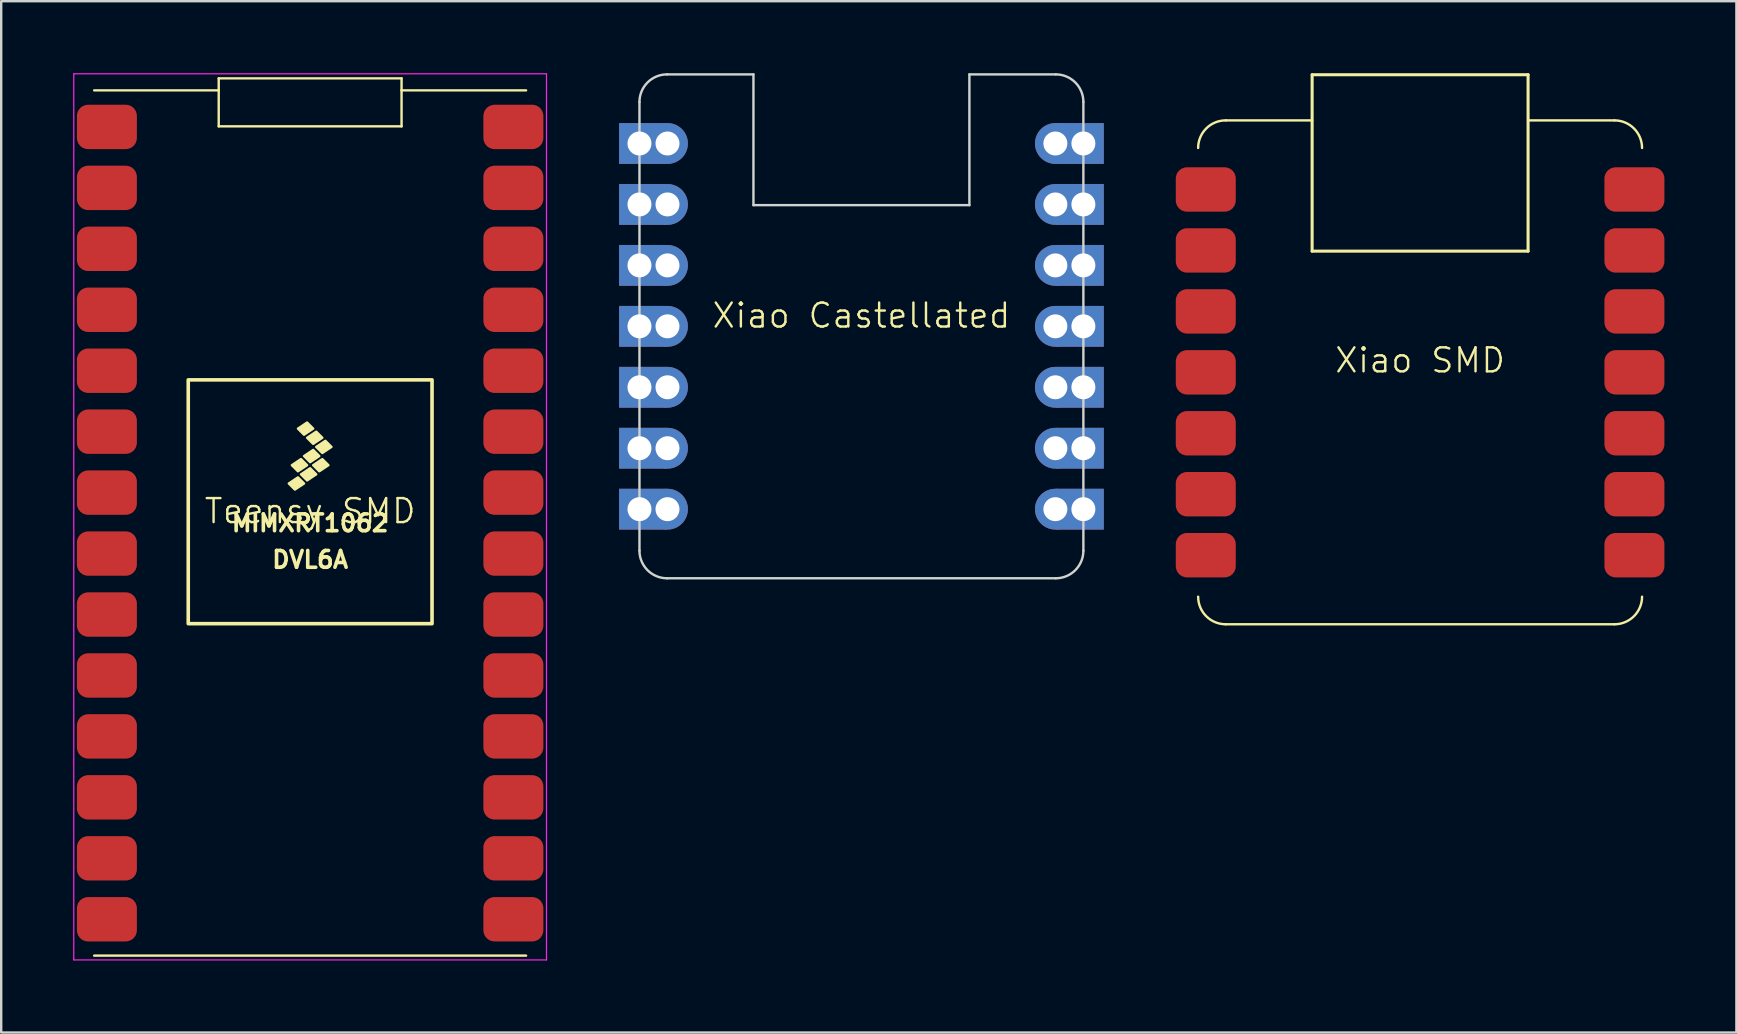
<source format=kicad_pcb>
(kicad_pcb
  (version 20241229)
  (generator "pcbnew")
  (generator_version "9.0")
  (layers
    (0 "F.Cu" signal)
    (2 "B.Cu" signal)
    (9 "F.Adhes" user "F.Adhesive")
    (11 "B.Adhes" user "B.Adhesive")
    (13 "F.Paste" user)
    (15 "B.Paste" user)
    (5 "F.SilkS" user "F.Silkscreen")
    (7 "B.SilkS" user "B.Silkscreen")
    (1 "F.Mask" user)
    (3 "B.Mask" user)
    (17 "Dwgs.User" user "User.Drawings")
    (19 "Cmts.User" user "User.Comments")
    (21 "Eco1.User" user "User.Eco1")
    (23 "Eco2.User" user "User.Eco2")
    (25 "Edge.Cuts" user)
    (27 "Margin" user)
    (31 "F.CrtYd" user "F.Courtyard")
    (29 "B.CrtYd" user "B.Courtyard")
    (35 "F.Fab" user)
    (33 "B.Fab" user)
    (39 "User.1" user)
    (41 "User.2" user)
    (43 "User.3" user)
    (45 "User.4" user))
  (footprint "Xiao SMD"
    (layer "F.Cu")
    (at 56.133 12.467)
    (property "Reference" "Xiao SMD" (at 0 -0.5 0) (unlocked yes) (layer "F.SilkS") (effects (font (size 1 1) (thickness 0.1))))
    (attr smd)
    (fp_line (start -4.5 -10.5) (end -8.1 -10.5) (stroke (width 0.1) (type default)) (layer "F.SilkS"))
    (fp_line (start -4.5 -5.05) (end -4.5 -12.403) (stroke (width 0.127) (type solid)) (layer "F.SilkS"))
    (fp_line (start -4.495 -12.403) (end 4.5 -12.403) (stroke (width 0.127) (type solid)) (layer "F.SilkS"))
    (fp_line (start 4.5 -12.403) (end 4.5 -5.05) (stroke (width 0.127) (type solid)) (layer "F.SilkS"))
    (fp_line (start 4.5 -5.05) (end -4.5 -5.05) (stroke (width 0.127) (type solid)) (layer "F.SilkS"))
    (fp_line (start 8.1 -10.5) (end 4.5 -10.5) (stroke (width 0.1) (type default)) (layer "F.SilkS"))
    (fp_line (start 8.1 10.5) (end -8.1 10.5) (stroke (width 0.1) (type default)) (layer "F.SilkS"))
    (fp_arc (start -9.25 -9.35) (mid -8.913173 -10.163172) (end -8.1 -10.5) (stroke (width 0.1) (type default)) (layer "F.SilkS"))
    (fp_arc (start -8.1 10.5) (mid -8.913172 10.163173) (end -9.25 9.35) (stroke (width 0.1) (type default)) (layer "F.SilkS"))
    (fp_arc (start 8.099999 -10.499999) (mid 8.913171 -10.163171) (end 9.249999 -9.349999) (stroke (width 0.1) (type default)) (layer "F.SilkS"))
    (fp_arc (start 9.249999 9.349999) (mid 8.913172 10.163171) (end 8.099999 10.499999) (stroke (width 0.1) (type default)) (layer "F.SilkS"))
    (pad "1" smd roundrect (at -8.932 -7.62) (size 2.5 1.85) (layers "F.Cu" "F.Mask" "F.Paste") (roundrect_rratio 0.25))
    (pad "2" smd roundrect (at -8.932 -5.08) (size 2.5 1.85) (layers "F.Cu" "F.Mask" "F.Paste") (roundrect_rratio 0.25))
    (pad "3" smd roundrect (at -8.932 -2.54) (size 2.5 1.85) (layers "F.Cu" "F.Mask" "F.Paste") (roundrect_rratio 0.25))
    (pad "4" smd roundrect (at -8.932 0) (size 2.5 1.85) (layers "F.Cu" "F.Mask" "F.Paste") (roundrect_rratio 0.25))
    (pad "5" smd roundrect (at -8.932 2.54) (size 2.5 1.85) (layers "F.Cu" "F.Mask" "F.Paste") (roundrect_rratio 0.25))
    (pad "6" smd roundrect (at -8.932 5.08) (size 2.5 1.85) (layers "F.Cu" "F.Mask" "F.Paste") (roundrect_rratio 0.25))
    (pad "7" smd roundrect (at -8.932 7.62) (size 2.5 1.85) (layers "F.Cu" "F.Mask" "F.Paste") (roundrect_rratio 0.25))
    (pad "8" smd roundrect (at 8.932 7.62 180) (size 2.5 1.85) (layers "F.Cu" "F.Mask" "F.Paste") (roundrect_rratio 0.25))
    (pad "9" smd roundrect (at 8.932 5.08 180) (size 2.5 1.85) (layers "F.Cu" "F.Mask" "F.Paste") (roundrect_rratio 0.25))
    (pad "10" smd roundrect (at 8.932 2.54 180) (size 2.5 1.85) (layers "F.Cu" "F.Mask" "F.Paste") (roundrect_rratio 0.25))
    (pad "11" smd roundrect (at 8.932 0 180) (size 2.5 1.85) (layers "F.Cu" "F.Mask" "F.Paste") (roundrect_rratio 0.25))
    (pad "12" smd roundrect (at 8.932 -2.54 180) (size 2.5 1.85) (layers "F.Cu" "F.Mask" "F.Paste") (roundrect_rratio 0.25))
    (pad "13" smd roundrect (at 8.932 -5.08 180) (size 2.5 1.85) (layers "F.Cu" "F.Mask" "F.Paste") (roundrect_rratio 0.25))
    (pad "14" smd roundrect (at 8.932 -7.62 180) (size 2.5 1.85) (layers "F.Cu" "F.Mask" "F.Paste") (roundrect_rratio 0.25)))
  (footprint "Teensy SMD"
    (layer "F.Cu")
    (at 9.875 18.75)
    (property "Reference" "Teensy SMD" (at 0 -0.5 0) (unlocked yes) (layer "F.SilkS") (effects (font (size 1 1) (thickness 0.1))))
    (attr smd)
    (fp_line (start -3.81 -18.034) (end -9 -18.034) (stroke (width 0.1) (type default)) (layer "F.SilkS"))
    (fp_line (start -3.81 -18.034) (end -3.81 -18.534) (stroke (width 0.1) (type default)) (layer "F.SilkS"))
    (fp_line (start -3.81 -18.034) (end -3.81 -16.534) (stroke (width 0.1) (type default)) (layer "F.SilkS"))
    (fp_line (start 3.81 -18.534) (end -3.81 -18.534) (stroke (width 0.1) (type default)) (layer "F.SilkS"))
    (fp_line (start 3.81 -18.034) (end 3.81 -18.534) (stroke (width 0.1) (type default)) (layer "F.SilkS"))
    (fp_line (start 3.81 -18.034) (end 3.81 -16.534) (stroke (width 0.1) (type default)) (layer "F.SilkS"))
    (fp_line (start 3.81 -16.534) (end -3.81 -16.534) (stroke (width 0.1) (type default)) (layer "F.SilkS"))
    (fp_line (start 9 -18.034) (end 3.81 -18.034) (stroke (width 0.1) (type default)) (layer "F.SilkS"))
    (fp_line (start 9 18.026) (end -9 18.026) (stroke (width 0.1) (type default)) (layer "F.SilkS"))
    (fp_rect (start 5.08 -5.969) (end -5.08 4.191) (stroke (width 0.15) (type solid)) (fill no) (layer "F.SilkS"))
    (fp_poly (pts (xy -0.508 -1.905) (xy -0.254 -1.651) (xy -0.635 -1.397) (xy -0.889 -1.651)) (stroke (width 0.1) (type solid)) (fill yes) (layer "F.SilkS"))
    (fp_poly (pts (xy -0.381 -2.667) (xy -0.127 -2.413) (xy -0.508 -2.159) (xy -0.762 -2.413)) (stroke (width 0.1) (type solid)) (fill yes) (layer "F.SilkS"))
    (fp_poly (pts (xy -0.127 -4.191) (xy 0.127 -3.937) (xy -0.254 -3.683) (xy -0.508 -3.937)) (stroke (width 0.1) (type solid)) (fill yes) (layer "F.SilkS"))
    (fp_poly (pts (xy 0 -2.286) (xy 0.254 -2.032) (xy -0.127 -1.778) (xy -0.381 -2.032)) (stroke (width 0.1) (type solid)) (fill yes) (layer "F.SilkS"))
    (fp_poly (pts (xy 0.127 -3.048) (xy 0.381 -2.794) (xy 0 -2.54) (xy -0.254 -2.794)) (stroke (width 0.1) (type solid)) (fill yes) (layer "F.SilkS"))
    (fp_poly (pts (xy 0.254 -3.81) (xy 0.508 -3.556) (xy 0.127 -3.302) (xy -0.127 -3.556)) (stroke (width 0.1) (type solid)) (fill yes) (layer "F.SilkS"))
    (fp_poly (pts (xy 0.508 -2.667) (xy 0.762 -2.413) (xy 0.381 -2.159) (xy 0.127 -2.413)) (stroke (width 0.1) (type solid)) (fill yes) (layer "F.SilkS"))
    (fp_poly (pts (xy 0.635 -3.429) (xy 0.889 -3.175) (xy 0.508 -2.921) (xy 0.254 -3.175)) (stroke (width 0.1) (type solid)) (fill yes) (layer "F.SilkS"))
    (fp_line (start -9.85 -18.725) (end 9.85 -18.725) (stroke (width 0.05) (type solid)) (layer "F.CrtYd"))
    (fp_line (start -9.85 18.205) (end -9.85 -18.725) (stroke (width 0.05) (type solid)) (layer "F.CrtYd"))
    (fp_line (start 9.85 18.205) (end -9.85 18.205) (stroke (width 0.05) (type solid)) (layer "F.CrtYd"))
    (fp_line (start 9.85 18.205) (end 9.85 -18.725) (stroke (width 0.05) (type solid)) (layer "F.CrtYd"))
    (fp_text user "MIMXRT1062" (at 0 0 0) (layer "F.SilkS") (effects (font (size 0.7 0.7) (thickness 0.15))))
    (fp_text user "DVL6A" (at 0 1.524 0) (layer "F.SilkS") (effects (font (size 0.7 0.7) (thickness 0.15))))
    (pad "0" smd roundrect (at -8.47 -13.97) (size 2.5 1.85) (layers "F.Cu" "F.Mask" "F.Paste") (roundrect_rratio 0.25))
    (pad "1" smd roundrect (at -8.47 -11.43) (size 2.5 1.85) (layers "F.Cu" "F.Mask" "F.Paste") (roundrect_rratio 0.25))
    (pad "2" smd roundrect (at -8.47 -8.89) (size 2.5 1.85) (layers "F.Cu" "F.Mask" "F.Paste") (roundrect_rratio 0.25))
    (pad "3" smd roundrect (at -8.47 -6.35) (size 2.5 1.85) (layers "F.Cu" "F.Mask" "F.Paste") (roundrect_rratio 0.25))
    (pad "3.3V_2" smd roundrect (at 8.47 -11.43 180) (size 2.5 1.85) (layers "F.Cu" "F.Mask" "F.Paste") (roundrect_rratio 0.25))
    (pad "4" smd roundrect (at -8.47 -3.81) (size 2.5 1.85) (layers "F.Cu" "F.Mask" "F.Paste") (roundrect_rratio 0.25))
    (pad "5" smd roundrect (at -8.47 -1.27) (size 2.5 1.85) (layers "F.Cu" "F.Mask" "F.Paste") (roundrect_rratio 0.25))
    (pad "6" smd roundrect (at -8.47 1.27) (size 2.5 1.85) (layers "F.Cu" "F.Mask" "F.Paste") (roundrect_rratio 0.25))
    (pad "7" smd roundrect (at -8.47 3.81) (size 2.5 1.85) (layers "F.Cu" "F.Mask" "F.Paste") (roundrect_rratio 0.25))
    (pad "8" smd roundrect (at -8.47 6.35) (size 2.5 1.85) (layers "F.Cu" "F.Mask" "F.Paste") (roundrect_rratio 0.25))
    (pad "9" smd roundrect (at -8.47 8.89) (size 2.5 1.85) (layers "F.Cu" "F.Mask" "F.Paste") (roundrect_rratio 0.25))
    (pad "10" smd roundrect (at -8.47 11.43) (size 2.5 1.85) (layers "F.Cu" "F.Mask" "F.Paste") (roundrect_rratio 0.25))
    (pad "11" smd roundrect (at -8.47 13.97) (size 2.5 1.85) (layers "F.Cu" "F.Mask" "F.Paste") (roundrect_rratio 0.25))
    (pad "12" smd roundrect (at -8.47 16.51) (size 2.5 1.85) (layers "F.Cu" "F.Mask" "F.Paste") (roundrect_rratio 0.25))
    (pad "13" smd roundrect (at 8.47 16.51 180) (size 2.5 1.85) (layers "F.Cu" "F.Mask" "F.Paste") (roundrect_rratio 0.25))
    (pad "14" smd roundrect (at 8.47 13.97 180) (size 2.5 1.85) (layers "F.Cu" "F.Mask" "F.Paste") (roundrect_rratio 0.25))
    (pad "15" smd roundrect (at 8.47 11.43 180) (size 2.5 1.85) (layers "F.Cu" "F.Mask" "F.Paste") (roundrect_rratio 0.25))
    (pad "16" smd roundrect (at 8.47 8.89 180) (size 2.5 1.85) (layers "F.Cu" "F.Mask" "F.Paste") (roundrect_rratio 0.25))
    (pad "17" smd roundrect (at 8.47 6.35 180) (size 2.5 1.85) (layers "F.Cu" "F.Mask" "F.Paste") (roundrect_rratio 0.25))
    (pad "18" smd roundrect (at 8.47 3.81 180) (size 2.5 1.85) (layers "F.Cu" "F.Mask" "F.Paste") (roundrect_rratio 0.25))
    (pad "19" smd roundrect (at 8.47 1.27 180) (size 2.5 1.85) (layers "F.Cu" "F.Mask" "F.Paste") (roundrect_rratio 0.25))
    (pad "20" smd roundrect (at 8.47 -1.27 180) (size 2.5 1.85) (layers "F.Cu" "F.Mask" "F.Paste") (roundrect_rratio 0.25))
    (pad "21" smd roundrect (at 8.47 -3.81 180) (size 2.5 1.85) (layers "F.Cu" "F.Mask" "F.Paste") (roundrect_rratio 0.25))
    (pad "22" smd roundrect (at 8.47 -6.35 180) (size 2.5 1.85) (layers "F.Cu" "F.Mask" "F.Paste") (roundrect_rratio 0.25))
    (pad "23" smd roundrect (at 8.47 -8.89 180) (size 2.5 1.85) (layers "F.Cu" "F.Mask" "F.Paste") (roundrect_rratio 0.25))
    (pad "G1" smd roundrect (at -8.47 -16.51) (size 2.5 1.85) (layers "F.Cu" "F.Mask" "F.Paste") (roundrect_rratio 0.25))
    (pad "G3" smd roundrect (at 8.47 -13.97 180) (size 2.5 1.85) (layers "F.Cu" "F.Mask" "F.Paste") (roundrect_rratio 0.25))
    (pad "VIN" smd roundrect (at 8.47 -16.51 180) (size 2.5 1.85) (layers "F.Cu" "F.Mask" "F.Paste") (roundrect_rratio 0.25)))
  (footprint "Xiao Castellated"
    (layer "F.Cu")
    (at 32.85 10.6)
    (property "Reference" "Xiao Castellated" (at 0 -0.5 0) (unlocked yes) (layer "F.SilkS") (effects (font (size 1 1) (thickness 0.1))))
    (attr through_hole)
    (fp_line (start -9.25 -9.4) (end -9.25 9.3) (stroke (width 0.1) (type default)) (layer "Edge.Cuts"))
    (fp_line (start -8.1 -10.55) (end -4.5 -10.55) (stroke (width 0.1) (type default)) (layer "Edge.Cuts"))
    (fp_line (start -4.5 -5.1) (end -4.5 -10.55) (stroke (width 0.1) (type solid)) (layer "Edge.Cuts"))
    (fp_line (start 4.5 -5.1) (end -4.5 -5.1) (stroke (width 0.1) (type solid)) (layer "Edge.Cuts"))
    (fp_line (start 4.5 -10.55) (end 4.5 -5.1) (stroke (width 0.1) (type default)) (layer "Edge.Cuts"))
    (fp_line (start 4.5 -10.55) (end 8.1 -10.55) (stroke (width 0.1) (type default)) (layer "Edge.Cuts"))
    (fp_line (start 8.1 10.45) (end -8.1 10.45) (stroke (width 0.1) (type default)) (layer "Edge.Cuts"))
    (fp_line (start 9.25 -9.4) (end 9.25 9.3) (stroke (width 0.1) (type default)) (layer "Edge.Cuts"))
    (fp_arc (start -9.249999 -9.4) (mid -8.913172 -10.213172) (end -8.099999 -10.55) (stroke (width 0.1) (type default)) (layer "Edge.Cuts"))
    (fp_arc (start -8.099999 10.45) (mid -8.913171 10.113173) (end -9.249999 9.3) (stroke (width 0.1) (type default)) (layer "Edge.Cuts"))
    (fp_arc (start 8.1 -10.549999) (mid 8.913172 -10.213172) (end 9.25 -9.399999) (stroke (width 0.1) (type default)) (layer "Edge.Cuts"))
    (fp_arc (start 9.25 9.299999) (mid 8.913173 10.113171) (end 8.1 10.449999) (stroke (width 0.1) (type default)) (layer "Edge.Cuts"))
    (pad "1" thru_hole rect (at -9.25 -7.67) (size 1.982 1.7) (drill 1 (offset 0.141 0)) (property pad_prop_castellated) (layers "*.Cu" "*.Mask"))
    (pad "1" thru_hole circle (at -8.082 -7.67) (size 1.7 1.7) (drill 1) (layers "*.Cu" "*.Mask"))
    (pad "2" thru_hole rect (at -9.25 -5.13) (size 1.982 1.7) (drill 1 (offset 0.141 0)) (property pad_prop_castellated) (layers "*.Cu" "*.Mask"))
    (pad "2" thru_hole oval (at -8.082 -5.13) (size 1.7 1.7) (drill 1) (layers "*.Cu" "*.Mask"))
    (pad "3" thru_hole rect (at -9.25 -2.59) (size 1.982 1.7) (drill 1 (offset 0.141 0)) (property pad_prop_castellated) (layers "*.Cu" "*.Mask"))
    (pad "3" thru_hole oval (at -8.082 -2.59) (size 1.7 1.7) (drill 1) (layers "*.Cu" "*.Mask"))
    (pad "4" thru_hole rect (at -9.25 -0.05) (size 1.982 1.7) (drill 1 (offset 0.141 0)) (property pad_prop_castellated) (layers "*.Cu" "*.Mask"))
    (pad "4" thru_hole oval (at -8.082 -0.05) (size 1.7 1.7) (drill 1) (layers "*.Cu" "*.Mask"))
    (pad "5" thru_hole rect (at -9.25 2.49) (size 1.982 1.7) (drill 1 (offset 0.141 0)) (property pad_prop_castellated) (layers "*.Cu" "*.Mask"))
    (pad "5" thru_hole oval (at -8.082 2.49) (size 1.7 1.7) (drill 1) (layers "*.Cu" "*.Mask"))
    (pad "6" thru_hole rect (at -9.25 5.03) (size 1.982 1.7) (drill 1 (offset 0.141 0)) (property pad_prop_castellated) (layers "*.Cu" "*.Mask"))
    (pad "6" thru_hole oval (at -8.082 5.03) (size 1.7 1.7) (drill 1) (layers "*.Cu" "*.Mask"))
    (pad "7" thru_hole rect (at -9.25 7.57) (size 1.982 1.7) (drill 1 (offset 0.141 0)) (property pad_prop_castellated) (layers "*.Cu" "*.Mask"))
    (pad "7" thru_hole oval (at -8.082 7.57) (size 1.7 1.7) (drill 1) (layers "*.Cu" "*.Mask"))
    (pad "8" thru_hole oval (at 8.083 7.57) (size 1.7 1.7) (drill 1) (layers "*.Cu" "*.Mask"))
    (pad "8" thru_hole rect (at 9.25 7.57 180) (size 1.982 1.7) (drill 1 (offset 0.141 0)) (property pad_prop_castellated) (layers "*.Cu" "*.Mask"))
    (pad "9" thru_hole oval (at 8.083 5.03) (size 1.7 1.7) (drill 1) (layers "*.Cu" "*.Mask"))
    (pad "9" thru_hole rect (at 9.25 5.03 180) (size 1.982 1.7) (drill 1 (offset 0.141 0)) (property pad_prop_castellated) (layers "*.Cu" "*.Mask"))
    (pad "10" thru_hole oval (at 8.083 2.49) (size 1.7 1.7) (drill 1) (layers "*.Cu" "*.Mask"))
    (pad "10" thru_hole rect (at 9.25 2.49 180) (size 1.982 1.7) (drill 1 (offset 0.141 0)) (property pad_prop_castellated) (layers "*.Cu" "*.Mask"))
    (pad "11" thru_hole oval (at 8.083 -0.05) (size 1.7 1.7) (drill 1) (layers "*.Cu" "*.Mask"))
    (pad "11" thru_hole rect (at 9.25 -0.05 180) (size 1.982 1.7) (drill 1 (offset 0.141 0)) (property pad_prop_castellated) (layers "*.Cu" "*.Mask"))
    (pad "12" thru_hole oval (at 8.083 -2.59) (size 1.7 1.7) (drill 1) (layers "*.Cu" "*.Mask"))
    (pad "12" thru_hole rect (at 9.25 -2.59 180) (size 1.982 1.7) (drill 1 (offset 0.141 0)) (property pad_prop_castellated) (layers "*.Cu" "*.Mask"))
    (pad "13" thru_hole oval (at 8.083 -5.13) (size 1.7 1.7) (drill 1) (layers "*.Cu" "*.Mask"))
    (pad "13" thru_hole rect (at 9.25 -5.13 180) (size 1.982 1.7) (drill 1 (offset 0.141 0)) (property pad_prop_castellated) (layers "*.Cu" "*.Mask"))
    (pad "14" thru_hole circle (at 8.083 -7.67) (size 1.7 1.7) (drill 1) (layers "*.Cu" "*.Mask"))
    (pad "14" thru_hole rect (at 9.25 -7.67 180) (size 1.982 1.7) (drill 1 (offset 0.141 0)) (property pad_prop_castellated) (layers "*.Cu" "*.Mask")))
  (gr_rect
    (start -3 -3)
    (end 69.315 39.98)
    (stroke (width 0.1) (type default))
    (fill no)
    (layer "Edge.Cuts")))
</source>
